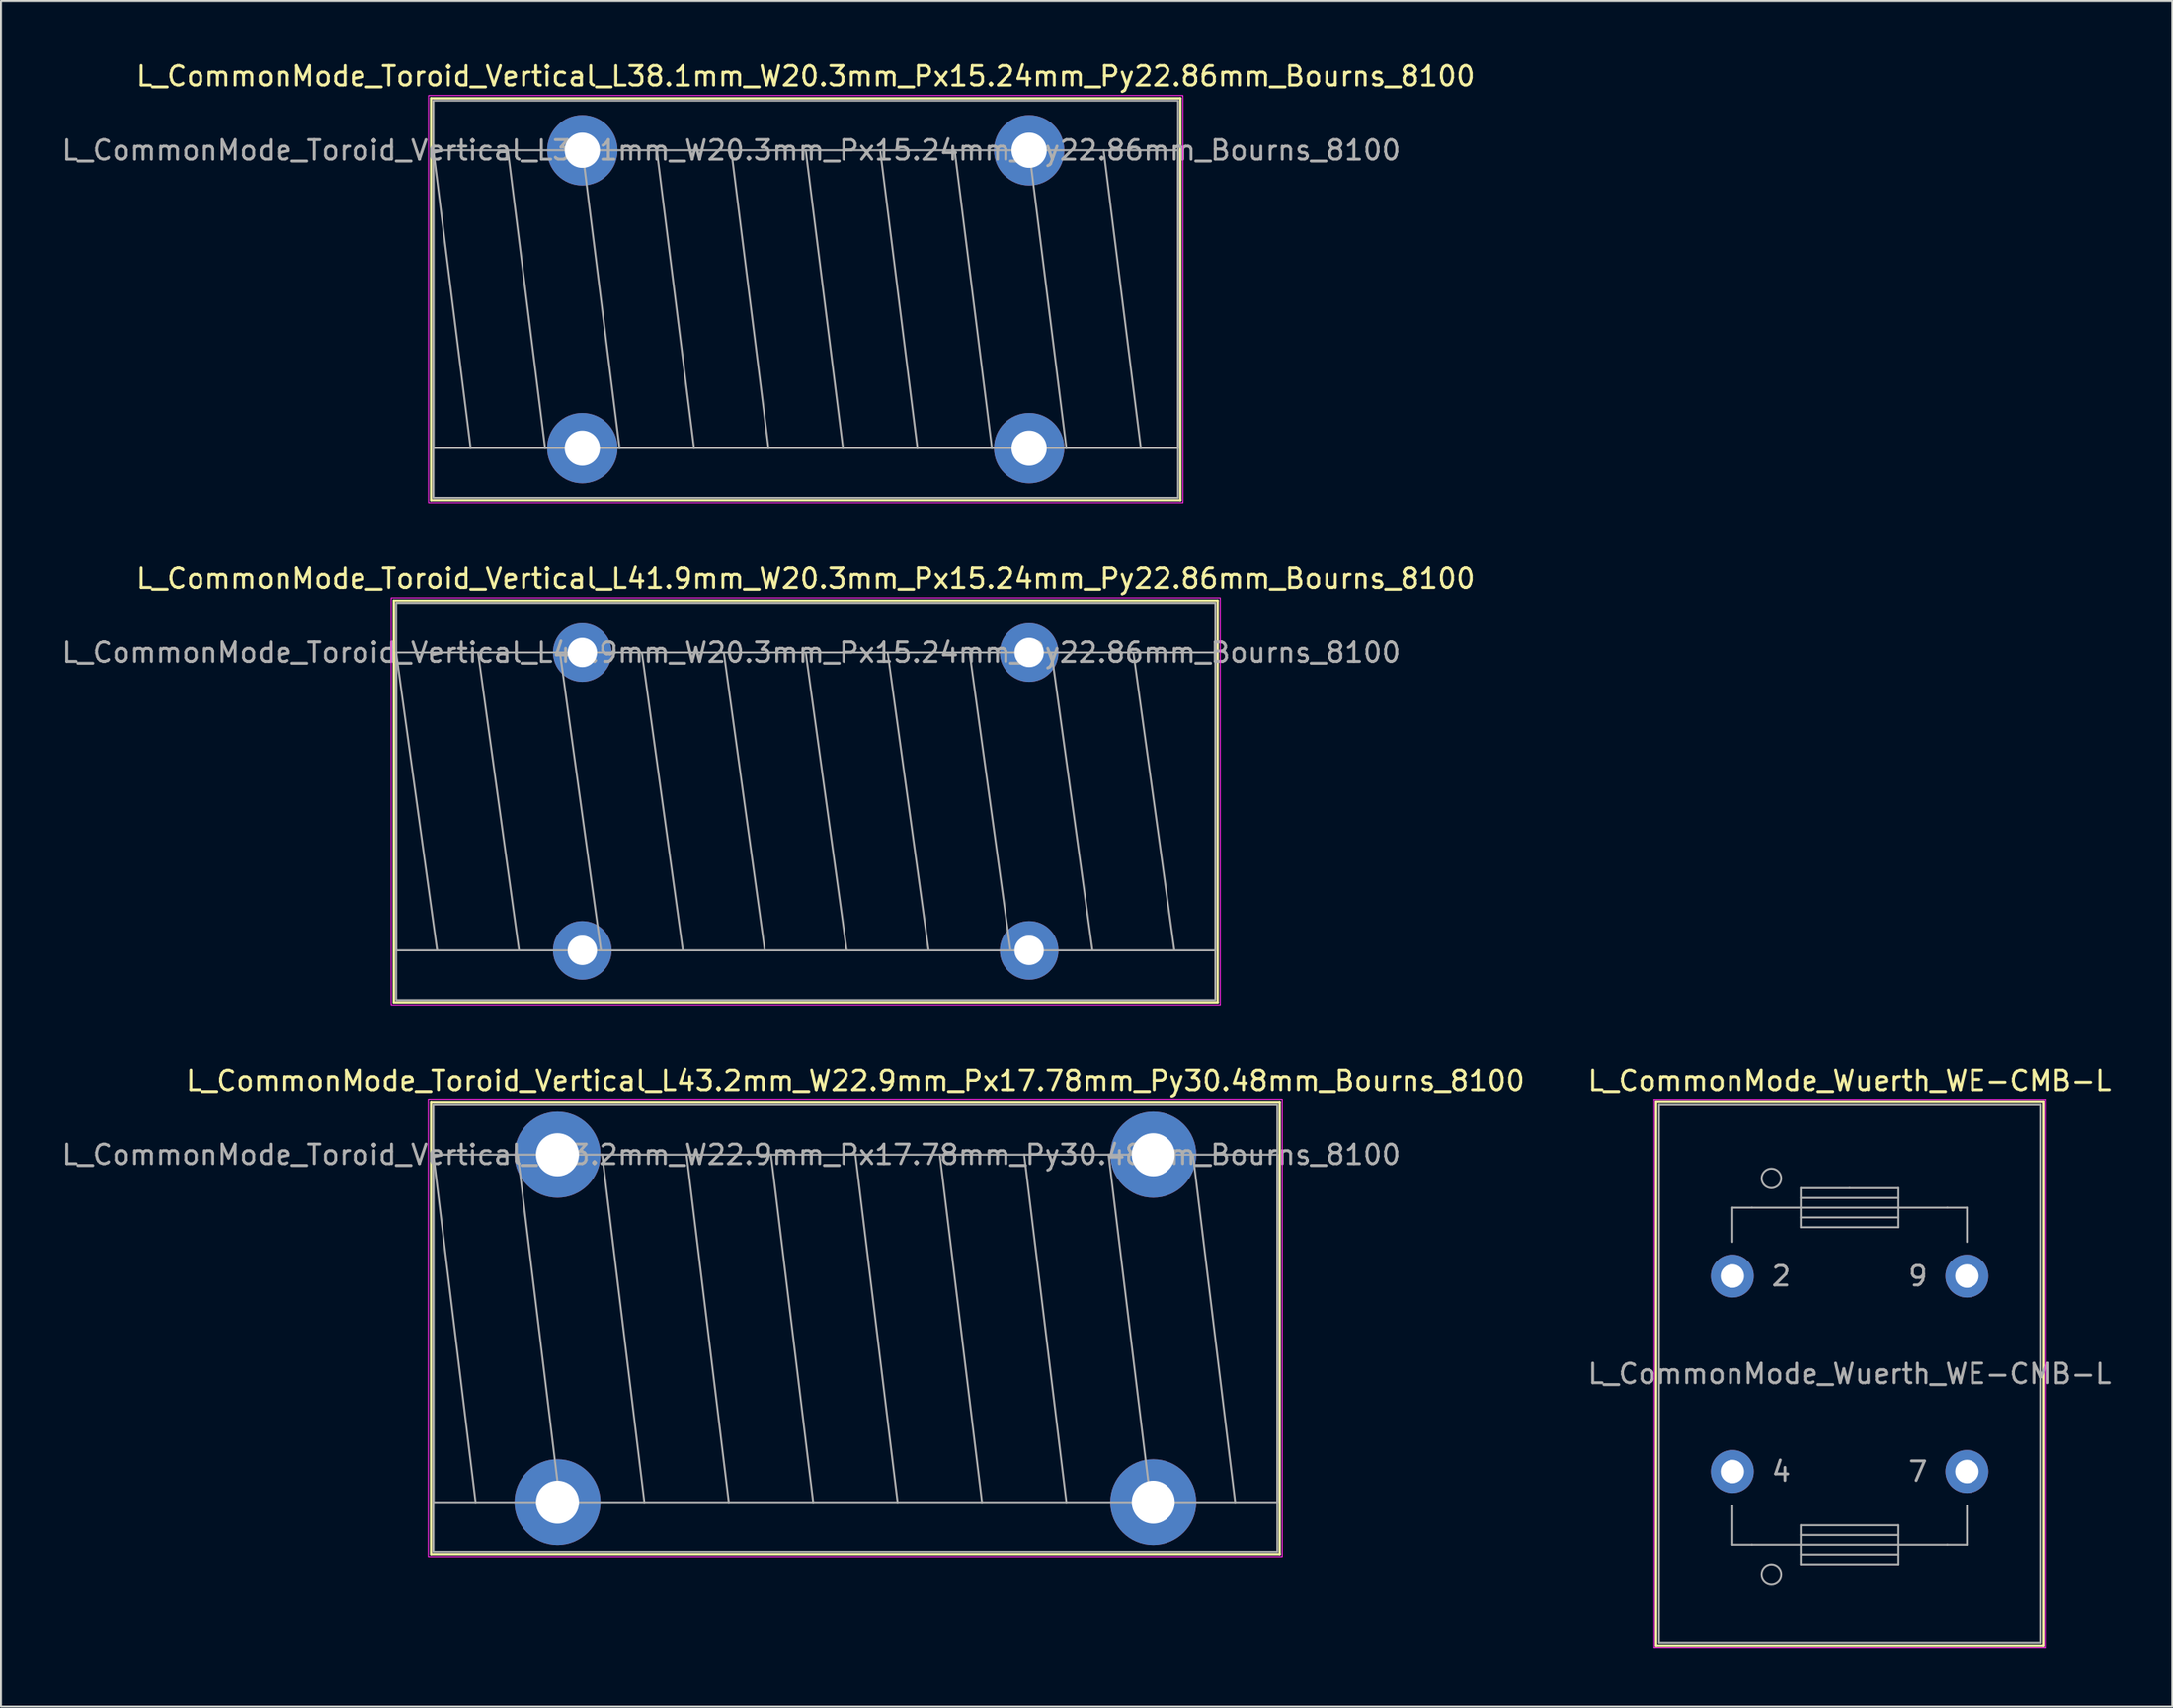
<source format=kicad_pcb>
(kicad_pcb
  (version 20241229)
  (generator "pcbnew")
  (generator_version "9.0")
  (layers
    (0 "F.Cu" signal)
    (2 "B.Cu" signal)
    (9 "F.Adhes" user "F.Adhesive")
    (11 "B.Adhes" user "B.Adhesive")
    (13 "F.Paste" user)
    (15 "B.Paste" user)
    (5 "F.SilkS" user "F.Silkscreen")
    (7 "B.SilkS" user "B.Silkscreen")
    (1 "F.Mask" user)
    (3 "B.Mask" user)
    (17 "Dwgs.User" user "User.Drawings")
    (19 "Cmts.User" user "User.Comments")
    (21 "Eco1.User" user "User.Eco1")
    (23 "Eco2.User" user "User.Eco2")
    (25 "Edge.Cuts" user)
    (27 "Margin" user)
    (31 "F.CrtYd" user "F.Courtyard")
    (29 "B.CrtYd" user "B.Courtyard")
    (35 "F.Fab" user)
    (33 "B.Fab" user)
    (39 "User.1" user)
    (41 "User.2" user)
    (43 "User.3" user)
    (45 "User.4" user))
  (footprint "L_CommonMode_Toroid_Vertical_L41.9mm_W20.3mm_Px15.24mm_Py22.86mm_Bourns_8100"
    (layer "F.Cu")
    (at 26.743 30.331)
    (property "Reference" "L_CommonMode_Toroid_Vertical_L41.9mm_W20.3mm_Px15.24mm_Py22.86mm_Bourns_8100" (at 11.43 -3.79 0) (layer "F.SilkS") (effects (font (size 1 1) (thickness 0.15))))
    (attr through_hole)
    (fp_line (start -9.645 -2.66) (end 32.505 -2.66) (stroke (width 0.12) (type solid)) (layer "F.SilkS"))
    (fp_line (start -9.645 17.9) (end -9.645 -2.66) (stroke (width 0.12) (type solid)) (layer "F.SilkS"))
    (fp_line (start 32.505 -2.66) (end 32.505 17.9) (stroke (width 0.12) (type solid)) (layer "F.SilkS"))
    (fp_line (start 32.505 17.9) (end -9.645 17.9) (stroke (width 0.12) (type solid)) (layer "F.SilkS"))
    (fp_rect (start -9.78 -2.8) (end 32.64 18.03) (stroke (width 0.05) (type solid)) (fill no) (layer "F.CrtYd"))
    (fp_line (start -9.525 0) (end -7.429 15.24) (stroke (width 0.1) (type solid)) (layer "F.Fab"))
    (fp_line (start -5.334 0) (end -3.239 15.24) (stroke (width 0.1) (type solid)) (layer "F.Fab"))
    (fp_line (start -1.143 0) (end 0.953 15.24) (stroke (width 0.1) (type solid)) (layer "F.Fab"))
    (fp_line (start 3.048 0) (end 5.144 15.24) (stroke (width 0.1) (type solid)) (layer "F.Fab"))
    (fp_line (start 7.239 0) (end 9.335 15.24) (stroke (width 0.1) (type solid)) (layer "F.Fab"))
    (fp_line (start 11.43 0) (end 13.525 15.24) (stroke (width 0.1) (type solid)) (layer "F.Fab"))
    (fp_line (start 15.621 0) (end 17.716 15.24) (stroke (width 0.1) (type solid)) (layer "F.Fab"))
    (fp_line (start 19.812 0) (end 21.907 15.24) (stroke (width 0.1) (type solid)) (layer "F.Fab"))
    (fp_line (start 24.003 0) (end 26.099 15.24) (stroke (width 0.1) (type solid)) (layer "F.Fab"))
    (fp_line (start 28.194 0) (end 30.29 15.24) (stroke (width 0.1) (type solid)) (layer "F.Fab"))
    (fp_rect (start -9.525 -2.54) (end 32.385 17.78) (stroke (width 0.1) (type solid)) (fill no) (layer "F.Fab"))
    (fp_rect (start -9.525 0) (end 32.385 15.24) (stroke (width 0.1) (type solid)) (fill no) (layer "F.Fab"))
    (fp_text user "${REFERENCE}" (at 7.62 0 0) (layer "F.Fab") (effects (font (size 1 1) (thickness 0.15))))
    (pad "1" thru_hole circle (at 0 0) (size 3 3) (drill 1.5) (layers "*.Cu" "*.Mask"))
    (pad "2" thru_hole circle (at 0 15.24) (size 3 3) (drill 1.5) (layers "*.Cu" "*.Mask"))
    (pad "3" thru_hole circle (at 22.86 15.24) (size 3 3) (drill 1.5) (layers "*.Cu" "*.Mask"))
    (pad "4" thru_hole circle (at 22.86 0) (size 3 3) (drill 1.5) (layers "*.Cu" "*.Mask")))
  (footprint "L_CommonMode_Wuerth_WE-CMB-L"
    (layer "F.Cu")
    (at 85.582 62.235)
    (property "Reference" "L_CommonMode_Wuerth_WE-CMB-L" (at 6 -10 0) (layer "F.SilkS") (effects (font (size 1 1) (thickness 0.15))))
    (attr through_hole)
    (fp_line (start -3.9 18.9) (end -3.9 -8.9) (stroke (width 0.12) (type solid)) (layer "F.SilkS"))
    (fp_line (start -3.9 18.9) (end 15.9 18.9) (stroke (width 0.12) (type solid)) (layer "F.SilkS"))
    (fp_line (start 15.9 -8.9) (end -3.9 -8.9) (stroke (width 0.12) (type solid)) (layer "F.SilkS"))
    (fp_line (start 15.9 18.9) (end 15.9 -8.9) (stroke (width 0.12) (type solid)) (layer "F.SilkS"))
    (fp_line (start -4 -9) (end -4 19) (stroke (width 0.05) (type solid)) (layer "F.CrtYd"))
    (fp_line (start -4 19) (end 16 19) (stroke (width 0.05) (type solid)) (layer "F.CrtYd"))
    (fp_line (start 16 -9) (end -4 -9) (stroke (width 0.05) (type solid)) (layer "F.CrtYd"))
    (fp_line (start 16 19) (end 16 -9) (stroke (width 0.05) (type solid)) (layer "F.CrtYd"))
    (fp_line (start -3.75 -8.75) (end -3.75 18.75) (stroke (width 0.1) (type solid)) (layer "F.Fab"))
    (fp_line (start 0 -3.5) (end 0 -1.75) (stroke (width 0.1) (type solid)) (layer "F.Fab"))
    (fp_line (start 0 13.75) (end 0 11.75) (stroke (width 0.1) (type solid)) (layer "F.Fab"))
    (fp_line (start 1 -3.5) (end 0 -3.5) (stroke (width 0.1) (type solid)) (layer "F.Fab"))
    (fp_line (start 1 13.75) (end 0 13.75) (stroke (width 0.1) (type solid)) (layer "F.Fab"))
    (fp_line (start 1 13.75) (end 3.5 13.75) (stroke (width 0.1) (type solid)) (layer "F.Fab"))
    (fp_line (start 3.5 -4.5) (end 6 -4.5) (stroke (width 0.1) (type solid)) (layer "F.Fab"))
    (fp_line (start 3.5 -3.5) (end 1 -3.5) (stroke (width 0.1) (type solid)) (layer "F.Fab"))
    (fp_line (start 3.5 -3.5) (end 8.5 -3.5) (stroke (width 0.1) (type solid)) (layer "F.Fab"))
    (fp_line (start 3.5 -3) (end 8.5 -3) (stroke (width 0.1) (type solid)) (layer "F.Fab"))
    (fp_line (start 3.5 -2.5) (end 3.5 -4.5) (stroke (width 0.1) (type solid)) (layer "F.Fab"))
    (fp_line (start 3.5 12.75) (end 8.5 12.75) (stroke (width 0.1) (type solid)) (layer "F.Fab"))
    (fp_line (start 3.5 14.25) (end 8.5 14.25) (stroke (width 0.1) (type solid)) (layer "F.Fab"))
    (fp_line (start 3.5 14.75) (end 3.5 12.75) (stroke (width 0.1) (type solid)) (layer "F.Fab"))
    (fp_line (start 6 -4.5) (end 8.5 -4.5) (stroke (width 0.1) (type solid)) (layer "F.Fab"))
    (fp_line (start 8.5 -4.5) (end 8.5 -2.5) (stroke (width 0.1) (type solid)) (layer "F.Fab"))
    (fp_line (start 8.5 -4) (end 3.5 -4) (stroke (width 0.1) (type solid)) (layer "F.Fab"))
    (fp_line (start 8.5 -3.5) (end 11 -3.5) (stroke (width 0.1) (type solid)) (layer "F.Fab"))
    (fp_line (start 8.5 -2.5) (end 3.5 -2.5) (stroke (width 0.1) (type solid)) (layer "F.Fab"))
    (fp_line (start 8.5 12.75) (end 8.5 14.75) (stroke (width 0.1) (type solid)) (layer "F.Fab"))
    (fp_line (start 8.5 13.25) (end 3.5 13.25) (stroke (width 0.1) (type solid)) (layer "F.Fab"))
    (fp_line (start 8.5 13.75) (end 3.5 13.75) (stroke (width 0.1) (type solid)) (layer "F.Fab"))
    (fp_line (start 8.5 14.75) (end 3.5 14.75) (stroke (width 0.1) (type solid)) (layer "F.Fab"))
    (fp_line (start 11 -3.5) (end 12 -3.5) (stroke (width 0.1) (type solid)) (layer "F.Fab"))
    (fp_line (start 11 13.75) (end 8.5 13.75) (stroke (width 0.1) (type solid)) (layer "F.Fab"))
    (fp_line (start 11 13.75) (end 12 13.75) (stroke (width 0.1) (type solid)) (layer "F.Fab"))
    (fp_line (start 12 -3.5) (end 12 -1.75) (stroke (width 0.1) (type solid)) (layer "F.Fab"))
    (fp_line (start 12 13.75) (end 12 11.75) (stroke (width 0.1) (type solid)) (layer "F.Fab"))
    (fp_line (start 15.75 -8.75) (end -3.75 -8.75) (stroke (width 0.1) (type solid)) (layer "F.Fab"))
    (fp_line (start 15.75 -8.75) (end 15.75 18.75) (stroke (width 0.1) (type solid)) (layer "F.Fab"))
    (fp_line (start 15.75 18.75) (end -3.75 18.75) (stroke (width 0.1) (type solid)) (layer "F.Fab"))
    (fp_circle (center 2 -5) (end 2.5 -5) (stroke (width 0.1) (type solid)) (fill no) (layer "F.Fab"))
    (fp_circle (center 2 15.25) (end 2.5 15.25) (stroke (width 0.1) (type solid)) (fill no) (layer "F.Fab"))
    (fp_text user "9" (at 9.5 0 0) (layer "F.Fab") (effects (font (size 1 1) (thickness 0.15))))
    (fp_text user "${REFERENCE}" (at 6 5 0) (layer "F.Fab") (effects (font (size 1 1) (thickness 0.15))))
    (fp_text user "7" (at 9.5 10 0) (layer "F.Fab") (effects (font (size 1 1) (thickness 0.15))))
    (fp_text user "4" (at 2.5 10 0) (layer "F.Fab") (effects (font (size 1 1) (thickness 0.15))))
    (fp_text user "2" (at 2.5 0 0) (layer "F.Fab") (effects (font (size 1 1) (thickness 0.15))))
    (pad "2" thru_hole circle (at 0 0) (size 2.2 2.2) (drill 1.2) (layers "*.Cu" "*.Mask"))
    (pad "4" thru_hole circle (at 0 10) (size 2.2 2.2) (drill 1.2) (layers "*.Cu" "*.Mask"))
    (pad "7" thru_hole circle (at 12 10) (size 2.2 2.2) (drill 1.2) (layers "*.Cu" "*.Mask"))
    (pad "9" thru_hole circle (at 12 0) (size 2.2 2.2) (drill 1.2) (layers "*.Cu" "*.Mask")))
  (footprint "L_CommonMode_Toroid_Vertical_L43.2mm_W22.9mm_Px17.78mm_Py30.48mm_Bourns_8100"
    (layer "F.Cu")
    (at 25.473 56.025)
    (property "Reference" "L_CommonMode_Toroid_Vertical_L43.2mm_W22.9mm_Px17.78mm_Py30.48mm_Bourns_8100" (at 15.24 -3.79 0) (layer "F.SilkS") (effects (font (size 1 1) (thickness 0.15))))
    (attr through_hole)
    (fp_line (start -6.47 -2.66) (end 36.95 -2.66) (stroke (width 0.12) (type solid)) (layer "F.SilkS"))
    (fp_line (start -6.47 20.44) (end -6.47 -2.66) (stroke (width 0.12) (type solid)) (layer "F.SilkS"))
    (fp_line (start 36.95 -2.66) (end 36.95 20.44) (stroke (width 0.12) (type solid)) (layer "F.SilkS"))
    (fp_line (start 36.95 20.44) (end -6.47 20.44) (stroke (width 0.12) (type solid)) (layer "F.SilkS"))
    (fp_rect (start -6.61 -2.8) (end 37.08 20.57) (stroke (width 0.05) (type solid)) (fill no) (layer "F.CrtYd"))
    (fp_line (start -6.35 0) (end -4.191 17.78) (stroke (width 0.1) (type solid)) (layer "F.Fab"))
    (fp_line (start -2.032 0) (end 0.127 17.78) (stroke (width 0.1) (type solid)) (layer "F.Fab"))
    (fp_line (start 2.286 0) (end 4.445 17.78) (stroke (width 0.1) (type solid)) (layer "F.Fab"))
    (fp_line (start 6.604 0) (end 8.763 17.78) (stroke (width 0.1) (type solid)) (layer "F.Fab"))
    (fp_line (start 10.922 0) (end 13.081 17.78) (stroke (width 0.1) (type solid)) (layer "F.Fab"))
    (fp_line (start 15.24 0) (end 17.399 17.78) (stroke (width 0.1) (type solid)) (layer "F.Fab"))
    (fp_line (start 19.558 0) (end 21.717 17.78) (stroke (width 0.1) (type solid)) (layer "F.Fab"))
    (fp_line (start 23.876 0) (end 26.035 17.78) (stroke (width 0.1) (type solid)) (layer "F.Fab"))
    (fp_line (start 28.194 0) (end 30.353 17.78) (stroke (width 0.1) (type solid)) (layer "F.Fab"))
    (fp_line (start 32.512 0) (end 34.671 17.78) (stroke (width 0.1) (type solid)) (layer "F.Fab"))
    (fp_rect (start -6.35 -2.54) (end 36.83 20.32) (stroke (width 0.1) (type solid)) (fill no) (layer "F.Fab"))
    (fp_rect (start -6.35 0) (end 36.83 17.78) (stroke (width 0.1) (type solid)) (fill no) (layer "F.Fab"))
    (fp_text user "${REFERENCE}" (at 8.89 0 0) (layer "F.Fab") (effects (font (size 1 1) (thickness 0.15))))
    (pad "1" thru_hole circle (at 0 0) (size 4.4 4.4) (drill 2.2) (layers "*.Cu" "*.Mask"))
    (pad "2" thru_hole circle (at 0 17.78) (size 4.4 4.4) (drill 2.2) (layers "*.Cu" "*.Mask"))
    (pad "3" thru_hole circle (at 30.48 17.78) (size 4.4 4.4) (drill 2.2) (layers "*.Cu" "*.Mask"))
    (pad "4" thru_hole circle (at 30.48 0) (size 4.4 4.4) (drill 2.2) (layers "*.Cu" "*.Mask")))
  (footprint "L_CommonMode_Toroid_Vertical_L38.1mm_W20.3mm_Px15.24mm_Py22.86mm_Bourns_8100"
    (layer "F.Cu")
    (at 26.743 4.638)
    (property "Reference" "L_CommonMode_Toroid_Vertical_L38.1mm_W20.3mm_Px15.24mm_Py22.86mm_Bourns_8100" (at 11.43 -3.79 0) (layer "F.SilkS") (effects (font (size 1 1) (thickness 0.15))))
    (attr through_hole)
    (fp_line (start -7.74 -2.66) (end 30.6 -2.66) (stroke (width 0.12) (type solid)) (layer "F.SilkS"))
    (fp_line (start -7.74 17.9) (end -7.74 -2.66) (stroke (width 0.12) (type solid)) (layer "F.SilkS"))
    (fp_line (start 30.6 -2.66) (end 30.6 17.9) (stroke (width 0.12) (type solid)) (layer "F.SilkS"))
    (fp_line (start 30.6 17.9) (end -7.74 17.9) (stroke (width 0.12) (type solid)) (layer "F.SilkS"))
    (fp_rect (start -7.87 -2.8) (end 30.73 18.03) (stroke (width 0.05) (type solid)) (fill no) (layer "F.CrtYd"))
    (fp_line (start -7.62 0) (end -5.715 15.24) (stroke (width 0.1) (type solid)) (layer "F.Fab"))
    (fp_line (start -3.81 0) (end -1.905 15.24) (stroke (width 0.1) (type solid)) (layer "F.Fab"))
    (fp_line (start 0 0) (end 1.905 15.24) (stroke (width 0.1) (type solid)) (layer "F.Fab"))
    (fp_line (start 3.81 0) (end 5.715 15.24) (stroke (width 0.1) (type solid)) (layer "F.Fab"))
    (fp_line (start 7.62 0) (end 9.525 15.24) (stroke (width 0.1) (type solid)) (layer "F.Fab"))
    (fp_line (start 11.43 0) (end 13.335 15.24) (stroke (width 0.1) (type solid)) (layer "F.Fab"))
    (fp_line (start 15.24 0) (end 17.145 15.24) (stroke (width 0.1) (type solid)) (layer "F.Fab"))
    (fp_line (start 19.05 0) (end 20.955 15.24) (stroke (width 0.1) (type solid)) (layer "F.Fab"))
    (fp_line (start 22.86 0) (end 24.765 15.24) (stroke (width 0.1) (type solid)) (layer "F.Fab"))
    (fp_line (start 26.67 0) (end 28.575 15.24) (stroke (width 0.1) (type solid)) (layer "F.Fab"))
    (fp_rect (start -7.62 -2.54) (end 30.48 17.78) (stroke (width 0.1) (type solid)) (fill no) (layer "F.Fab"))
    (fp_rect (start -7.62 0) (end 30.48 15.24) (stroke (width 0.1) (type solid)) (fill no) (layer "F.Fab"))
    (fp_text user "${REFERENCE}" (at 7.62 0 0) (layer "F.Fab") (effects (font (size 1 1) (thickness 0.15))))
    (pad "1" thru_hole circle (at 0 0) (size 3.6 3.6) (drill 1.8) (layers "*.Cu" "*.Mask"))
    (pad "2" thru_hole circle (at 0 15.24) (size 3.6 3.6) (drill 1.8) (layers "*.Cu" "*.Mask"))
    (pad "3" thru_hole circle (at 22.86 15.24) (size 3.6 3.6) (drill 1.8) (layers "*.Cu" "*.Mask"))
    (pad "4" thru_hole circle (at 22.86 0) (size 3.6 3.6) (drill 1.8) (layers "*.Cu" "*.Mask")))
  (gr_rect
    (start -3 -3)
    (end 108.088 84.26)
    (stroke (width 0.1) (type default))
    (fill no)
    (layer "Edge.Cuts")))
</source>
